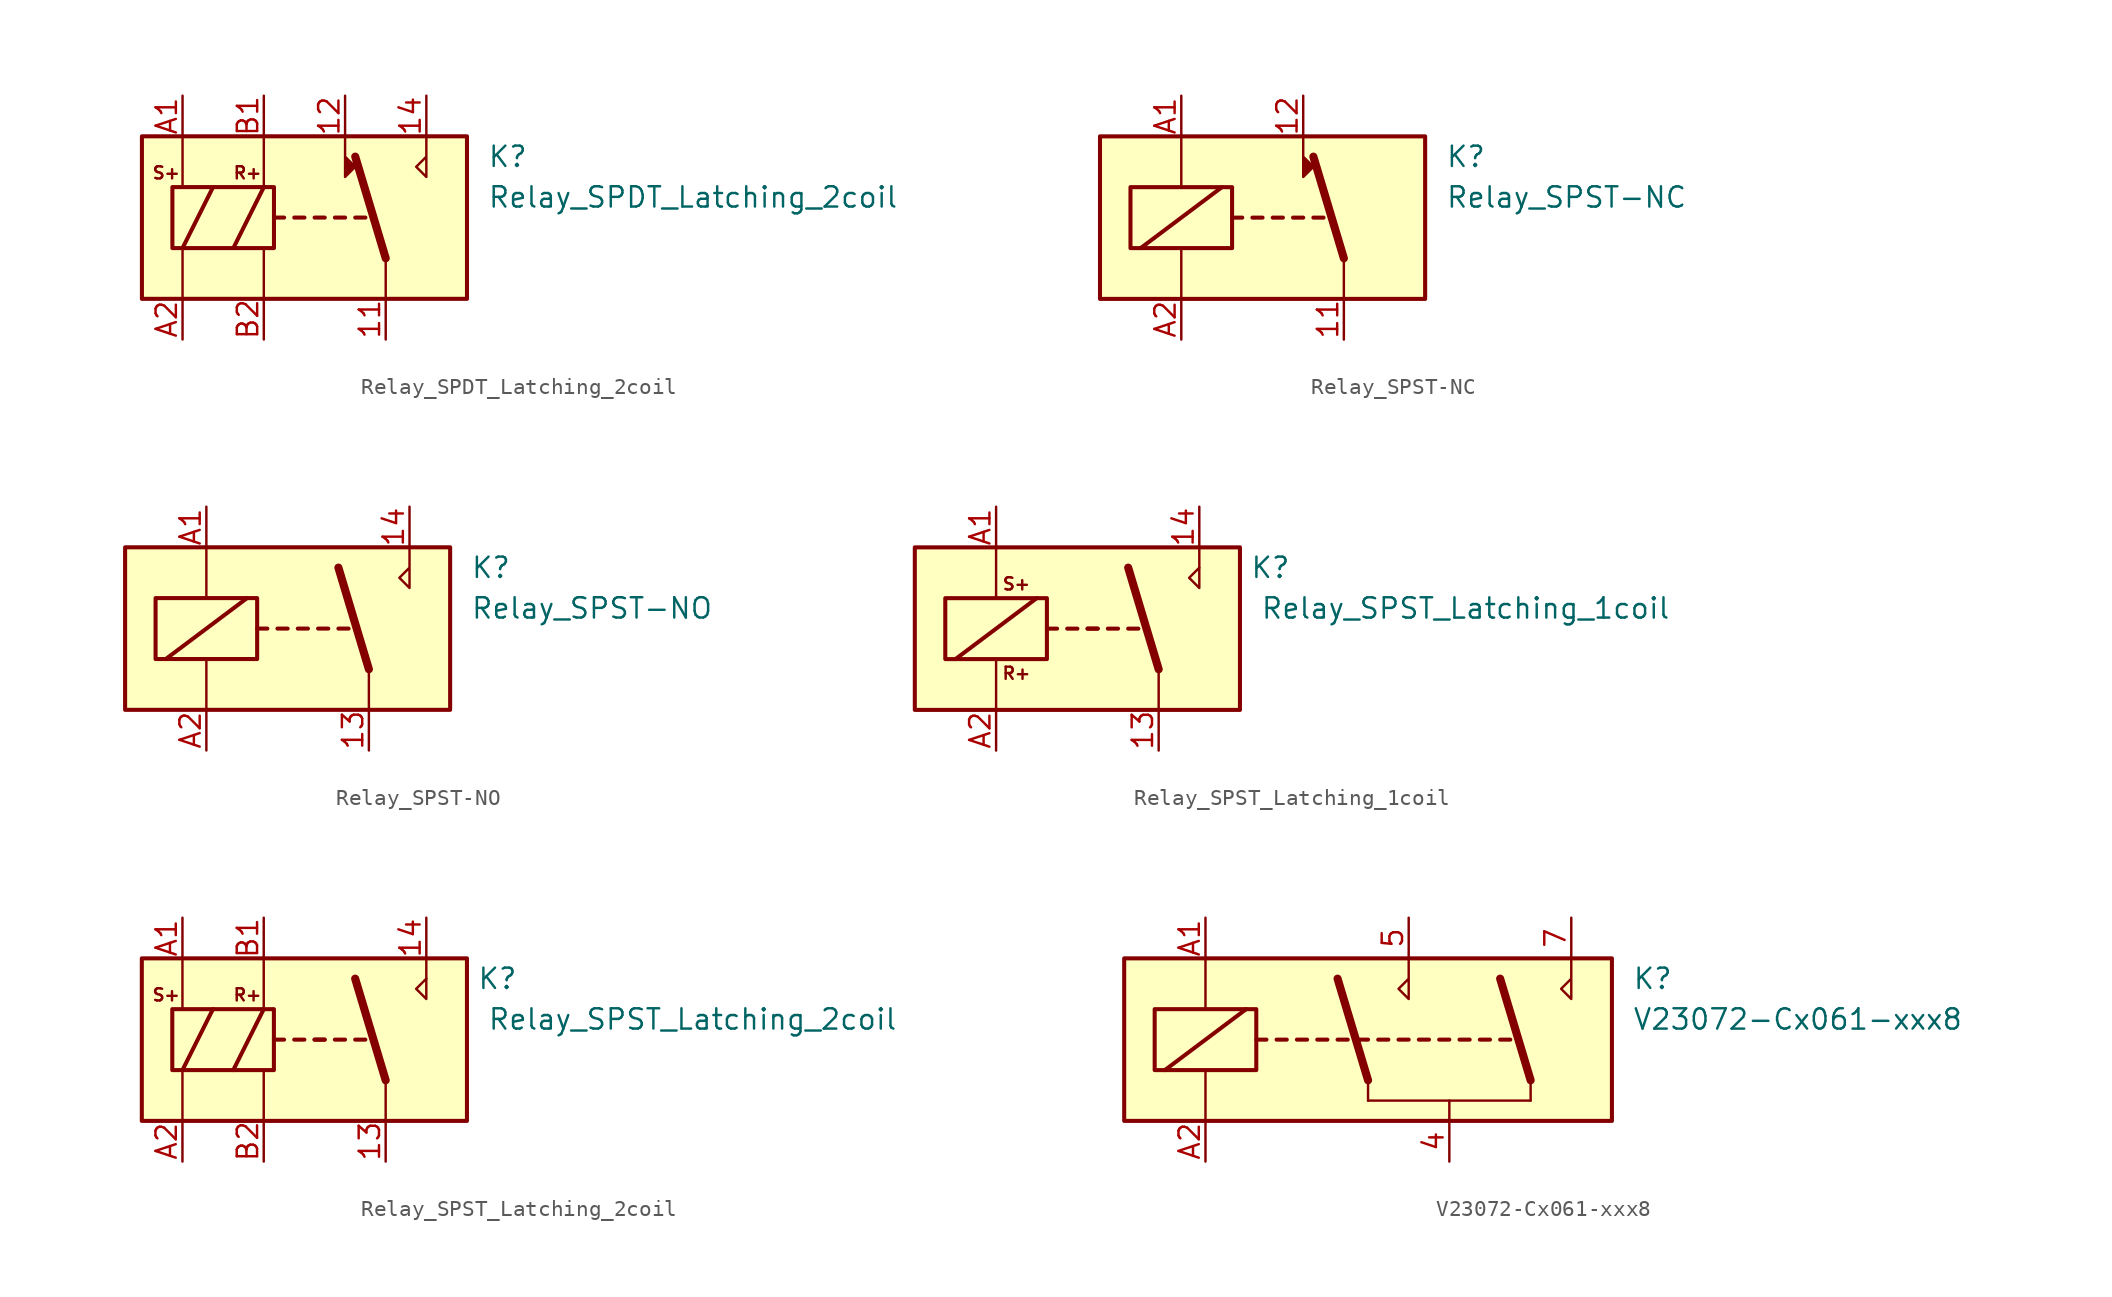
<source format=kicad_sym>
(kicad_symbol_lib
  (version 20241209)
  (generator "kicad_symbol_editor")
  (generator_version "9.0")
  (symbol "Relay_SPDT_Latching_2coil"
    (property "Reference" "K"
      (at 11.43 3.81 0)
      (effects (font (size 1.27 1.27)) (justify left)))
    (property "Value" "Relay_SPDT_Latching_2coil"
      (at 11.43 1.27 0)
      (effects (font (size 1.27 1.27)) (justify left)))
    (symbol "Relay_SPDT_Latching_2coil_0_0"
      (polyline (pts (xy 7.62 5.08) (xy 7.62 2.54) (xy 6.985 3.175) (xy 7.62 3.81)) (stroke (width 0) (type default)) (fill (type none))))
    (symbol "Relay_SPDT_Latching_2coil_0_1"
      (rectangle (start -8.255 1.905) (end -1.905 -1.905) (stroke (width 0.254) (type default)) (fill (type none)))
      (polyline (pts (xy -7.62 5.08) (xy -7.62 1.905)) (stroke (width 0) (type default)) (fill (type none)))
      (polyline (pts (xy -7.62 -5.08) (xy -7.62 -1.905)) (stroke (width 0) (type default)) (fill (type none)))
      (polyline (pts (xy -2.54 5.08) (xy -2.54 1.905)) (stroke (width 0) (type default)) (fill (type none)))
      (polyline (pts (xy -2.54 -5.08) (xy -2.54 -1.905)) (stroke (width 0) (type default)) (fill (type none)))
      (polyline (pts (xy -1.905 0) (xy -1.27 0)) (stroke (width 0.254) (type default)) (fill (type none)))
      (polyline (pts (xy -0.635 0) (xy 0 0)) (stroke (width 0.254) (type default)) (fill (type none)))
      (polyline (pts (xy 0.635 0) (xy 1.27 0)) (stroke (width 0.254) (type default)) (fill (type none)))
      (polyline (pts (xy 1.905 0) (xy 2.54 0)) (stroke (width 0.254) (type default)) (fill (type none)))
      (polyline (pts (xy 2.54 5.08) (xy 2.54 2.54) (xy 3.175 3.175) (xy 2.54 3.81)) (stroke (width 0) (type default)) (fill (type outline)))
      (polyline (pts (xy 3.175 0) (xy 3.81 0)) (stroke (width 0.254) (type default)) (fill (type none)))
      (polyline (pts (xy 5.08 -2.54) (xy 3.175 3.81)) (stroke (width 0.508) (type default)) (fill (type none)))
      (polyline (pts (xy 5.08 -2.54) (xy 5.08 -5.08)) (stroke (width 0) (type default)) (fill (type none))))
    (symbol "Relay_SPDT_Latching_2coil_1_0"
      (text "S+" (at -8.636 2.794 0) (effects (font (size 0.762 0.762))))
      (text "R+" (at -3.556 2.794 0) (effects (font (size 0.762 0.762)))))
    (symbol "Relay_SPDT_Latching_2coil_1_1"
      (rectangle (start -10.16 5.08) (end 10.16 -5.08) (stroke (width 0.254) (type default)) (fill (type background)))
      (polyline (pts (xy -7.62 -1.905) (xy -5.715 1.905)) (stroke (width 0.254) (type default)) (fill (type none)))
      (polyline (pts (xy -4.445 -1.905) (xy -2.54 1.905)) (stroke (width 0.254) (type default)) (fill (type none)))
      (pin passive line (at -7.62 7.62 270) (length 2.54) (name "~" (effects (font (size 1.27 1.27)))) (number "A1" (effects (font (size 1.27 1.27)))))
      (pin passive line (at -7.62 -7.62 90) (length 2.54) (name "~" (effects (font (size 1.27 1.27)))) (number "A2" (effects (font (size 1.27 1.27)))))
      (pin passive line (at -2.54 7.62 270) (length 2.54) (name "~" (effects (font (size 1.27 1.27)))) (number "B1" (effects (font (size 1.27 1.27)))))
      (pin passive line (at -2.54 -7.62 90) (length 2.54) (name "~" (effects (font (size 1.27 1.27)))) (number "B2" (effects (font (size 1.27 1.27)))))
      (pin passive line (at 2.54 7.62 270) (length 2.54) (name "~" (effects (font (size 1.27 1.27)))) (number "12" (effects (font (size 1.27 1.27)))))
      (pin passive line (at 5.08 -7.62 90) (length 2.54) (name "~" (effects (font (size 1.27 1.27)))) (number "11" (effects (font (size 1.27 1.27)))))
      (pin passive line (at 7.62 7.62 270) (length 2.54) (name "~" (effects (font (size 1.27 1.27)))) (number "14" (effects (font (size 1.27 1.27)))))))
  (symbol "Relay_SPST-NC"
    (property "Reference" "K"
      (at 11.43 3.81 0)
      (effects (font (size 1.27 1.27)) (justify left)))
    (property "Value" "Relay_SPST-NC"
      (at 11.43 1.27 0)
      (effects (font (size 1.27 1.27)) (justify left)))
    (symbol "Relay_SPST-NC_0_1"
      (rectangle (start -8.255 1.905) (end -1.905 -1.905) (stroke (width 0.254) (type default)) (fill (type none)))
      (polyline (pts (xy -7.62 -1.905) (xy -2.54 1.905)) (stroke (width 0.254) (type default)) (fill (type none)))
      (polyline (pts (xy -5.08 5.08) (xy -5.08 1.905)) (stroke (width 0) (type default)) (fill (type none)))
      (polyline (pts (xy -5.08 -5.08) (xy -5.08 -1.905)) (stroke (width 0) (type default)) (fill (type none)))
      (polyline (pts (xy -1.905 0) (xy -1.27 0)) (stroke (width 0.254) (type default)) (fill (type none)))
      (polyline (pts (xy -0.635 0) (xy 0 0)) (stroke (width 0.254) (type default)) (fill (type none)))
      (polyline (pts (xy 0.635 0) (xy 1.27 0)) (stroke (width 0.254) (type default)) (fill (type none)))
      (polyline (pts (xy 1.905 0) (xy 2.54 0)) (stroke (width 0.254) (type default)) (fill (type none)))
      (polyline (pts (xy 2.54 5.08) (xy 2.54 2.54) (xy 3.175 3.175) (xy 2.54 3.81)) (stroke (width 0) (type default)) (fill (type outline)))
      (polyline (pts (xy 3.175 0) (xy 3.81 0)) (stroke (width 0.254) (type default)) (fill (type none)))
      (polyline (pts (xy 5.08 -2.54) (xy 3.175 3.81)) (stroke (width 0.508) (type default)) (fill (type none)))
      (polyline (pts (xy 5.08 -2.54) (xy 5.08 -5.08)) (stroke (width 0) (type default)) (fill (type none))))
    (symbol "Relay_SPST-NC_1_1"
      (rectangle (start -10.16 5.08) (end 10.16 -5.08) (stroke (width 0.254) (type default)) (fill (type background)))
      (pin passive line (at -5.08 7.62 270) (length 2.54) (name "~" (effects (font (size 1.27 1.27)))) (number "A1" (effects (font (size 1.27 1.27)))))
      (pin passive line (at -5.08 -7.62 90) (length 2.54) (name "~" (effects (font (size 1.27 1.27)))) (number "A2" (effects (font (size 1.27 1.27)))))
      (pin passive line (at 2.54 7.62 270) (length 2.54) (name "~" (effects (font (size 1.27 1.27)))) (number "12" (effects (font (size 1.27 1.27)))))
      (pin passive line (at 5.08 -7.62 90) (length 2.54) (name "~" (effects (font (size 1.27 1.27)))) (number "11" (effects (font (size 1.27 1.27)))))))
  (symbol "Relay_SPST-NO"
    (property "Reference" "K"
      (at 11.43 3.81 0)
      (effects (font (size 1.27 1.27)) (justify left)))
    (property "Value" "Relay_SPST-NO"
      (at 11.43 1.27 0)
      (effects (font (size 1.27 1.27)) (justify left)))
    (symbol "Relay_SPST-NO_0_0"
      (polyline (pts (xy 7.62 5.08) (xy 7.62 2.54) (xy 6.985 3.175) (xy 7.62 3.81)) (stroke (width 0) (type default)) (fill (type none))))
    (symbol "Relay_SPST-NO_0_1"
      (rectangle (start -10.16 5.08) (end 10.16 -5.08) (stroke (width 0.254) (type default)) (fill (type background)))
      (rectangle (start -8.255 1.905) (end -1.905 -1.905) (stroke (width 0.254) (type default)) (fill (type none)))
      (polyline (pts (xy -7.62 -1.905) (xy -2.54 1.905)) (stroke (width 0.254) (type default)) (fill (type none)))
      (polyline (pts (xy -5.08 5.08) (xy -5.08 1.905)) (stroke (width 0) (type default)) (fill (type none)))
      (polyline (pts (xy -5.08 -5.08) (xy -5.08 -1.905)) (stroke (width 0) (type default)) (fill (type none)))
      (polyline (pts (xy -1.905 0) (xy -1.27 0)) (stroke (width 0.254) (type default)) (fill (type none)))
      (polyline (pts (xy -0.635 0) (xy 0 0)) (stroke (width 0.254) (type default)) (fill (type none)))
      (polyline (pts (xy 0.635 0) (xy 1.27 0)) (stroke (width 0.254) (type default)) (fill (type none)))
      (polyline (pts (xy 1.905 0) (xy 2.54 0)) (stroke (width 0.254) (type default)) (fill (type none)))
      (polyline (pts (xy 3.175 0) (xy 3.81 0)) (stroke (width 0.254) (type default)) (fill (type none)))
      (polyline (pts (xy 5.08 -2.54) (xy 3.175 3.81)) (stroke (width 0.508) (type default)) (fill (type none)))
      (polyline (pts (xy 5.08 -2.54) (xy 5.08 -5.08)) (stroke (width 0) (type default)) (fill (type none))))
    (symbol "Relay_SPST-NO_1_1"
      (pin passive line (at -5.08 7.62 270) (length 2.54) (name "~" (effects (font (size 1.27 1.27)))) (number "A1" (effects (font (size 1.27 1.27)))))
      (pin passive line (at -5.08 -7.62 90) (length 2.54) (name "~" (effects (font (size 1.27 1.27)))) (number "A2" (effects (font (size 1.27 1.27)))))
      (pin passive line (at 5.08 -7.62 90) (length 2.54) (name "~" (effects (font (size 1.27 1.27)))) (number "13" (effects (font (size 1.27 1.27)))))
      (pin passive line (at 7.62 7.62 270) (length 2.54) (name "~" (effects (font (size 1.27 1.27)))) (number "14" (effects (font (size 1.27 1.27)))))))
  (symbol "Relay_SPST_Latching_1coil"
    (property "Reference" "K"
      (at 12.065 3.81 0)
      (effects (font (size 1.27 1.27))))
    (property "Value" "Relay_SPST_Latching_1coil"
      (at 11.43 1.27 0)
      (effects (font (size 1.27 1.27)) (justify left)))
    (symbol "Relay_SPST_Latching_1coil_1_1"
      (rectangle (start -10.16 5.08) (end 10.16 -5.08) (stroke (width 0.254) (type default)) (fill (type background)))
      (rectangle (start -8.255 1.905) (end -1.905 -1.905) (stroke (width 0.254) (type default)) (fill (type none)))
      (polyline (pts (xy -7.62 -1.905) (xy -2.54 1.905)) (stroke (width 0.254) (type default)) (fill (type none)))
      (polyline (pts (xy -5.08 5.08) (xy -5.08 1.905)) (stroke (width 0) (type default)) (fill (type none)))
      (polyline (pts (xy -5.08 -5.08) (xy -5.08 -1.905)) (stroke (width 0) (type default)) (fill (type none)))
      (polyline (pts (xy -1.905 0) (xy -1.27 0)) (stroke (width 0.254) (type default)) (fill (type none)))
      (polyline (pts (xy -0.635 0) (xy 0 0)) (stroke (width 0.254) (type default)) (fill (type none)))
      (polyline (pts (xy 0.635 0) (xy 1.27 0)) (stroke (width 0.254) (type default)) (fill (type none)))
      (polyline (pts (xy 0.635 0) (xy 1.27 0)) (stroke (width 0.254) (type default)) (fill (type none)))
      (polyline (pts (xy 1.905 0) (xy 2.54 0)) (stroke (width 0.254) (type default)) (fill (type none)))
      (polyline (pts (xy 3.175 0) (xy 3.81 0)) (stroke (width 0.254) (type default)) (fill (type none)))
      (polyline (pts (xy 5.08 -2.54) (xy 3.175 3.81)) (stroke (width 0.508) (type default)) (fill (type none)))
      (polyline (pts (xy 5.08 -2.54) (xy 5.08 -5.08)) (stroke (width 0) (type default)) (fill (type none)))
      (polyline (pts (xy 7.62 3.81) (xy 7.62 5.08)) (stroke (width 0) (type default)) (fill (type none)))
      (polyline (pts (xy 7.62 3.81) (xy 7.62 2.54) (xy 6.985 3.175) (xy 7.62 3.81)) (stroke (width 0) (type default)) (fill (type none)))
      (text "S+" (at -3.81 2.794 0) (effects (font (size 0.762 0.762))))
      (text "R+" (at -3.81 -2.794 0) (effects (font (size 0.762 0.762))))
      (pin passive line (at -5.08 7.62 270) (length 2.54) (name "~" (effects (font (size 1.27 1.27)))) (number "A1" (effects (font (size 1.27 1.27)))))
      (pin passive line (at -5.08 -7.62 90) (length 2.54) (name "~" (effects (font (size 1.27 1.27)))) (number "A2" (effects (font (size 1.27 1.27)))))
      (pin passive line (at 5.08 -7.62 90) (length 2.54) (name "~" (effects (font (size 1.27 1.27)))) (number "13" (effects (font (size 1.27 1.27)))))
      (pin passive line (at 7.62 7.62 270) (length 2.54) (name "~" (effects (font (size 1.27 1.27)))) (number "14" (effects (font (size 1.27 1.27)))))))
  (symbol "Relay_SPST_Latching_2coil"
    (property "Reference" "K"
      (at 12.065 3.81 0)
      (effects (font (size 1.27 1.27))))
    (property "Value" "Relay_SPST_Latching_2coil"
      (at 11.43 1.27 0)
      (effects (font (size 1.27 1.27)) (justify left)))
    (symbol "Relay_SPST_Latching_2coil_0_1"
      (polyline (pts (xy -7.62 5.08) (xy -7.62 1.905)) (stroke (width 0) (type default)) (fill (type none)))
      (polyline (pts (xy -7.62 -5.08) (xy -7.62 -1.905)) (stroke (width 0) (type default)) (fill (type none)))
      (polyline (pts (xy -2.54 5.08) (xy -2.54 1.905)) (stroke (width 0) (type default)) (fill (type none)))
      (polyline (pts (xy -2.54 -5.08) (xy -2.54 -1.905)) (stroke (width 0) (type default)) (fill (type none))))
    (symbol "Relay_SPST_Latching_2coil_1_0"
      (text "S+" (at -8.636 2.794 0) (effects (font (size 0.762 0.762))))
      (text "R+" (at -3.556 2.794 0) (effects (font (size 0.762 0.762)))))
    (symbol "Relay_SPST_Latching_2coil_1_1"
      (rectangle (start -10.16 5.08) (end 10.16 -5.08) (stroke (width 0.254) (type default)) (fill (type background)))
      (rectangle (start -8.255 1.905) (end -1.905 -1.905) (stroke (width 0.254) (type default)) (fill (type none)))
      (polyline (pts (xy -7.62 -1.905) (xy -5.715 1.905)) (stroke (width 0.254) (type default)) (fill (type none)))
      (polyline (pts (xy -4.445 -1.905) (xy -2.54 1.905)) (stroke (width 0.254) (type default)) (fill (type none)))
      (polyline (pts (xy -1.905 0) (xy -1.27 0)) (stroke (width 0.254) (type default)) (fill (type none)))
      (polyline (pts (xy -0.635 0) (xy 0 0)) (stroke (width 0.254) (type default)) (fill (type none)))
      (polyline (pts (xy 0.635 0) (xy 1.27 0)) (stroke (width 0.254) (type default)) (fill (type none)))
      (polyline (pts (xy 0.635 0) (xy 1.27 0)) (stroke (width 0.254) (type default)) (fill (type none)))
      (polyline (pts (xy 1.905 0) (xy 2.54 0)) (stroke (width 0.254) (type default)) (fill (type none)))
      (polyline (pts (xy 3.175 0) (xy 3.81 0)) (stroke (width 0.254) (type default)) (fill (type none)))
      (polyline (pts (xy 5.08 -2.54) (xy 3.175 3.81)) (stroke (width 0.508) (type default)) (fill (type none)))
      (polyline (pts (xy 5.08 -2.54) (xy 5.08 -5.08)) (stroke (width 0) (type default)) (fill (type none)))
      (polyline (pts (xy 7.62 3.81) (xy 7.62 5.08)) (stroke (width 0) (type default)) (fill (type none)))
      (polyline (pts (xy 7.62 3.81) (xy 7.62 2.54) (xy 6.985 3.175) (xy 7.62 3.81)) (stroke (width 0) (type default)) (fill (type none)))
      (pin passive line (at -7.62 7.62 270) (length 2.54) (name "~" (effects (font (size 1.27 1.27)))) (number "A1" (effects (font (size 1.27 1.27)))))
      (pin passive line (at -7.62 -7.62 90) (length 2.54) (name "~" (effects (font (size 1.27 1.27)))) (number "A2" (effects (font (size 1.27 1.27)))))
      (pin passive line (at -2.54 7.62 270) (length 2.54) (name "~" (effects (font (size 1.27 1.27)))) (number "B1" (effects (font (size 1.27 1.27)))))
      (pin passive line (at -2.54 -7.62 90) (length 2.54) (name "~" (effects (font (size 1.27 1.27)))) (number "B2" (effects (font (size 1.27 1.27)))))
      (pin passive line (at 5.08 -7.62 90) (length 2.54) (name "~" (effects (font (size 1.27 1.27)))) (number "13" (effects (font (size 1.27 1.27)))))
      (pin passive line (at 7.62 7.62 270) (length 2.54) (name "~" (effects (font (size 1.27 1.27)))) (number "14" (effects (font (size 1.27 1.27)))))))
  (symbol "V23072-Cx061-xxx8"
    (property "Reference" "K"
      (at 16.51 3.81 0)
      (effects (font (size 1.27 1.27)) (justify left)))
    (property "Value" "V23072-Cx061-xxx8"
      (at 16.51 1.27 0)
      (effects (font (size 1.27 1.27)) (justify left)))
    (symbol "V23072-Cx061-xxx8_0_1"
      (rectangle (start -15.24 5.08) (end 15.24 -5.08) (stroke (width 0.254) (type default)) (fill (type background)))
      (rectangle (start -13.335 1.905) (end -6.985 -1.905) (stroke (width 0.254) (type default)) (fill (type none)))
      (polyline (pts (xy -12.7 -1.905) (xy -7.62 1.905)) (stroke (width 0.254) (type default)) (fill (type none)))
      (polyline (pts (xy -10.16 5.08) (xy -10.16 1.905)) (stroke (width 0) (type default)) (fill (type none)))
      (polyline (pts (xy -10.16 -5.08) (xy -10.16 -1.905)) (stroke (width 0) (type default)) (fill (type none)))
      (polyline (pts (xy -6.985 0) (xy -6.35 0)) (stroke (width 0.254) (type default)) (fill (type none)))
      (polyline (pts (xy -5.715 0) (xy -5.08 0)) (stroke (width 0.254) (type default)) (fill (type none)))
      (polyline (pts (xy -4.445 0) (xy -3.81 0)) (stroke (width 0.254) (type default)) (fill (type none)))
      (polyline (pts (xy -3.175 0) (xy -2.54 0)) (stroke (width 0.254) (type default)) (fill (type none)))
      (polyline (pts (xy -1.905 0) (xy -1.27 0)) (stroke (width 0.254) (type default)) (fill (type none)))
      (polyline (pts (xy -0.635 0) (xy 0 0)) (stroke (width 0.254) (type default)) (fill (type none)))
      (polyline (pts (xy 0 -2.54) (xy -1.905 3.81)) (stroke (width 0.508) (type default)) (fill (type none)))
      (polyline (pts (xy 0 -2.54) (xy 0 -3.81)) (stroke (width 0) (type default)) (fill (type none)))
      (polyline (pts (xy 0.635 0) (xy 1.27 0)) (stroke (width 0.254) (type default)) (fill (type none)))
      (polyline (pts (xy 1.905 0) (xy 2.54 0)) (stroke (width 0.254) (type default)) (fill (type none)))
      (polyline (pts (xy 2.54 5.08) (xy 2.54 2.54) (xy 1.905 3.175) (xy 2.54 3.81)) (stroke (width 0) (type default)) (fill (type none)))
      (polyline (pts (xy 3.175 0) (xy 3.81 0)) (stroke (width 0.254) (type default)) (fill (type none)))
      (polyline (pts (xy 4.445 0) (xy 5.08 0)) (stroke (width 0.254) (type default)) (fill (type none)))
      (polyline (pts (xy 5.08 -3.81) (xy 5.08 -5.08)) (stroke (width 0) (type default)) (fill (type none)))
      (polyline (pts (xy 5.715 0) (xy 6.35 0)) (stroke (width 0.254) (type default)) (fill (type none)))
      (polyline (pts (xy 6.985 0) (xy 7.62 0)) (stroke (width 0.254) (type default)) (fill (type none)))
      (polyline (pts (xy 8.255 0) (xy 8.89 0)) (stroke (width 0.254) (type default)) (fill (type none)))
      (polyline (pts (xy 10.16 -2.54) (xy 8.255 3.81)) (stroke (width 0.508) (type default)) (fill (type none)))
      (polyline (pts (xy 10.16 -2.54) (xy 10.16 -3.81)) (stroke (width 0) (type default)) (fill (type none)))
      (polyline (pts (xy 10.16 -3.81) (xy 0 -3.81)) (stroke (width 0) (type default)) (fill (type none)))
      (polyline (pts (xy 12.7 5.08) (xy 12.7 2.54) (xy 12.065 3.175) (xy 12.7 3.81)) (stroke (width 0) (type default)) (fill (type none))))
    (symbol "V23072-Cx061-xxx8_1_1"
      (pin passive line (at -10.16 7.62 270) (length 2.54) (name "~" (effects (font (size 1.27 1.27)))) (number "A1" (effects (font (size 1.27 1.27)))))
      (pin passive line (at -10.16 -7.62 90) (length 2.54) (name "~" (effects (font (size 1.27 1.27)))) (number "A2" (effects (font (size 1.27 1.27)))))
      (pin no_connect line (at -5.08 -5.08 90) (length 2.54) (hide yes) (name "~" (effects (font (size 1.27 1.27)))) (number "3" (effects (font (size 1.27 1.27)))))
      (pin no_connect line (at -2.54 -5.08 90) (length 2.54) (hide yes) (name "~" (effects (font (size 1.27 1.27)))) (number "6" (effects (font (size 1.27 1.27)))))
      (pin passive line (at 2.54 7.62 270) (length 2.54) (name "~" (effects (font (size 1.27 1.27)))) (number "5" (effects (font (size 1.27 1.27)))))
      (pin passive line (at 5.08 -7.62 90) (length 2.54) (name "~" (effects (font (size 1.27 1.27)))) (number "4" (effects (font (size 1.27 1.27)))))
      (pin passive line (at 12.7 7.62 270) (length 2.54) (name "~" (effects (font (size 1.27 1.27)))) (number "7" (effects (font (size 1.27 1.27))))))))
</source>
